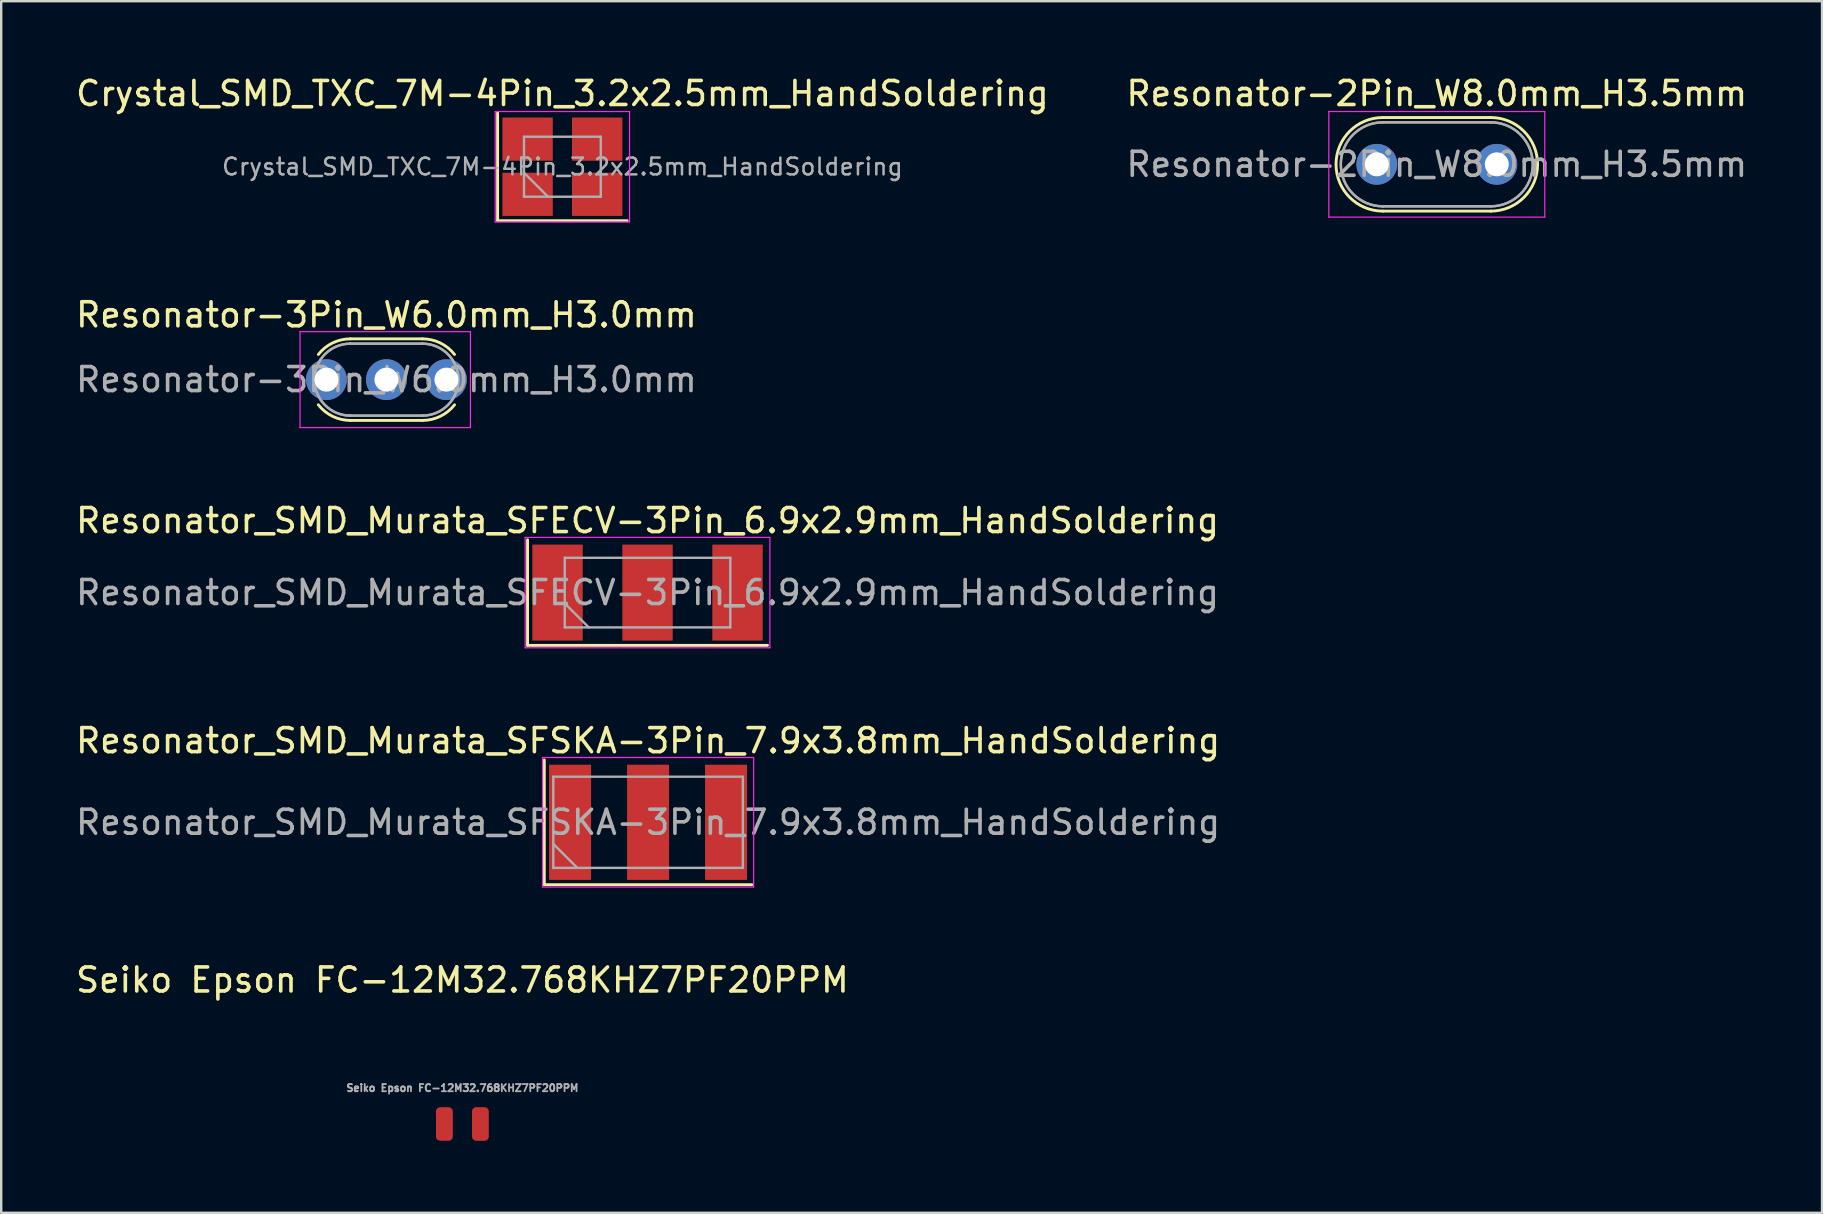
<source format=kicad_pcb>
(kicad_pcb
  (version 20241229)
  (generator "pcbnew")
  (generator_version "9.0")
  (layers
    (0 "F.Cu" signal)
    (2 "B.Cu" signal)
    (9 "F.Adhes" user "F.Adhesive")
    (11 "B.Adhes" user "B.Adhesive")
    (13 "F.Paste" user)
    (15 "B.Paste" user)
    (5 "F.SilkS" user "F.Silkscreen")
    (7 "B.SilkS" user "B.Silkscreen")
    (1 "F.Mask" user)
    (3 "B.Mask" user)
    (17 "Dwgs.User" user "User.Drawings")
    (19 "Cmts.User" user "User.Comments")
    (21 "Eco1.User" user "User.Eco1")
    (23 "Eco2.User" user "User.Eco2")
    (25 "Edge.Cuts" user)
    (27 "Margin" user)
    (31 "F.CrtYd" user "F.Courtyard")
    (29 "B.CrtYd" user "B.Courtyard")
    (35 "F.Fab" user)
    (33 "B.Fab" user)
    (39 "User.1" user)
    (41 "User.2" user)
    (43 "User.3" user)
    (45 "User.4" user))
  (footprint "Resonator_SMD_Murata_SFECV-3Pin_6.9x2.9mm_HandSoldering"
    (layer "F.Cu")
    (at 23.935 21.645)
    (property "Reference" "Resonator_SMD_Murata_SFECV-3Pin_6.9x2.9mm_HandSoldering" (at 0 -3 0) (layer "F.SilkS") (effects (font (size 1 1) (thickness 0.15))))
    (attr smd)
    (fp_line (start -5 -2.2) (end -5 2.2) (stroke (width 0.12) (type solid)) (layer "F.SilkS"))
    (fp_line (start -5 2.2) (end 5 2.2) (stroke (width 0.12) (type solid)) (layer "F.SilkS"))
    (fp_line (start -5.1 -2.3) (end -5.1 2.3) (stroke (width 0.05) (type solid)) (layer "F.CrtYd"))
    (fp_line (start -5.1 2.3) (end 5.1 2.3) (stroke (width 0.05) (type solid)) (layer "F.CrtYd"))
    (fp_line (start 5.1 -2.3) (end -5.1 -2.3) (stroke (width 0.05) (type solid)) (layer "F.CrtYd"))
    (fp_line (start 5.1 2.3) (end 5.1 -2.3) (stroke (width 0.05) (type solid)) (layer "F.CrtYd"))
    (fp_line (start -3.45 -1.45) (end -3.45 1.45) (stroke (width 0.1) (type solid)) (layer "F.Fab"))
    (fp_line (start -3.45 0.45) (end -2.45 1.45) (stroke (width 0.1) (type solid)) (layer "F.Fab"))
    (fp_line (start -3.45 1.45) (end 3.45 1.45) (stroke (width 0.1) (type solid)) (layer "F.Fab"))
    (fp_line (start 3.45 -1.45) (end -3.45 -1.45) (stroke (width 0.1) (type solid)) (layer "F.Fab"))
    (fp_line (start 3.45 1.45) (end 3.45 -1.45) (stroke (width 0.1) (type solid)) (layer "F.Fab"))
    (fp_text user "${REFERENCE}" (at 0 0 0) (layer "F.Fab") (effects (font (size 1 1) (thickness 0.15))))
    (pad "1" smd rect (at -3.75 0) (size 2.1 4) (layers "F.Cu" "F.Mask" "F.Paste"))
    (pad "2" smd rect (at 0 0) (size 2.1 4) (layers "F.Cu" "F.Mask" "F.Paste"))
    (pad "3" smd rect (at 3.75 0) (size 2.1 4) (layers "F.Cu" "F.Mask" "F.Paste")))
  (footprint "Seiko Epson FC-12M32.768KHZ7PF20PPM"
    (layer "F.Cu")
    (at 16.22 43.791)
    (property "Reference" "Seiko Epson FC-12M32.768KHZ7PF20PPM" (at 0 -6 0) (unlocked yes) (layer "F.SilkS") (effects (font (size 1 1) (thickness 0.15))))
    (attr smd)
    (fp_text user "${REFERENCE}" (at 0 -1.5 0) (unlocked yes) (layer "F.Fab") (effects (font (size 0.3 0.3) (thickness 0.075))))
    (pad "1" smd roundrect (at -0.75 0) (size 0.7 1.4) (layers "F.Cu" "F.Mask" "F.Paste") (roundrect_rratio 0.25))
    (pad "2" smd roundrect (at 0.75 0) (size 0.7 1.4) (layers "F.Cu" "F.Mask" "F.Paste") (roundrect_rratio 0.25)))
  (footprint "Resonator_SMD_Murata_SFSKA-3Pin_7.9x3.8mm_HandSoldering"
    (layer "F.Cu")
    (at 23.958 31.218)
    (property "Reference" "Resonator_SMD_Murata_SFSKA-3Pin_7.9x3.8mm_HandSoldering" (at 0 -3.4 0) (layer "F.SilkS") (effects (font (size 1 1) (thickness 0.15))))
    (attr smd)
    (fp_line (start -4.325 -2.6) (end -4.325 2.6) (stroke (width 0.12) (type solid)) (layer "F.SilkS"))
    (fp_line (start -4.325 2.6) (end 4.325 2.6) (stroke (width 0.12) (type solid)) (layer "F.SilkS"))
    (fp_line (start -4.4 -2.7) (end -4.4 2.7) (stroke (width 0.05) (type solid)) (layer "F.CrtYd"))
    (fp_line (start -4.4 2.7) (end 4.4 2.7) (stroke (width 0.05) (type solid)) (layer "F.CrtYd"))
    (fp_line (start 4.4 -2.7) (end -4.4 -2.7) (stroke (width 0.05) (type solid)) (layer "F.CrtYd"))
    (fp_line (start 4.4 2.7) (end 4.4 -2.7) (stroke (width 0.05) (type solid)) (layer "F.CrtYd"))
    (fp_line (start -3.95 -1.9) (end -3.95 1.9) (stroke (width 0.1) (type solid)) (layer "F.Fab"))
    (fp_line (start -3.95 0.9) (end -2.95 1.9) (stroke (width 0.1) (type solid)) (layer "F.Fab"))
    (fp_line (start -3.95 1.9) (end 3.95 1.9) (stroke (width 0.1) (type solid)) (layer "F.Fab"))
    (fp_line (start 3.95 -1.9) (end -3.95 -1.9) (stroke (width 0.1) (type solid)) (layer "F.Fab"))
    (fp_line (start 3.95 1.9) (end 3.95 -1.9) (stroke (width 0.1) (type solid)) (layer "F.Fab"))
    (fp_text user "${REFERENCE}" (at 0 0 0) (layer "F.Fab") (effects (font (size 1 1) (thickness 0.15))))
    (pad "1" smd rect (at -3.25 0) (size 1.75 4.8) (layers "F.Cu" "F.Mask" "F.Paste"))
    (pad "2" smd rect (at 0 0) (size 1.75 4.8) (layers "F.Cu" "F.Mask" "F.Paste"))
    (pad "3" smd rect (at 3.25 0) (size 1.75 4.8) (layers "F.Cu" "F.Mask" "F.Paste")))
  (footprint "Crystal_SMD_TXC_7M-4Pin_3.2x2.5mm_HandSoldering"
    (layer "F.Cu")
    (at 20.387 3.898)
    (property "Reference" "Crystal_SMD_TXC_7M-4Pin_3.2x2.5mm_HandSoldering" (at 0 -3.05 0) (layer "F.SilkS") (effects (font (size 1 1) (thickness 0.15))))
    (attr smd)
    (fp_line (start -2.7 -2.25) (end -2.7 2.25) (stroke (width 0.12) (type solid)) (layer "F.SilkS"))
    (fp_line (start -2.7 2.25) (end 2.7 2.25) (stroke (width 0.12) (type solid)) (layer "F.SilkS"))
    (fp_line (start -2.8 -2.3) (end -2.8 2.3) (stroke (width 0.05) (type solid)) (layer "F.CrtYd"))
    (fp_line (start -2.8 2.3) (end 2.8 2.3) (stroke (width 0.05) (type solid)) (layer "F.CrtYd"))
    (fp_line (start 2.8 -2.3) (end -2.8 -2.3) (stroke (width 0.05) (type solid)) (layer "F.CrtYd"))
    (fp_line (start 2.8 2.3) (end 2.8 -2.3) (stroke (width 0.05) (type solid)) (layer "F.CrtYd"))
    (fp_line (start -1.6 -1.25) (end -1.6 1.25) (stroke (width 0.1) (type solid)) (layer "F.Fab"))
    (fp_line (start -1.6 0.25) (end -0.6 1.25) (stroke (width 0.1) (type solid)) (layer "F.Fab"))
    (fp_line (start -1.6 1.25) (end 1.6 1.25) (stroke (width 0.1) (type solid)) (layer "F.Fab"))
    (fp_line (start 1.6 -1.25) (end -1.6 -1.25) (stroke (width 0.1) (type solid)) (layer "F.Fab"))
    (fp_line (start 1.6 1.25) (end 1.6 -1.25) (stroke (width 0.1) (type solid)) (layer "F.Fab"))
    (fp_text user "${REFERENCE}" (at 0 0 0) (layer "F.Fab") (effects (font (size 0.7 0.7) (thickness 0.105))))
    (pad "1" smd rect (at -1.45 1.15) (size 2.1 1.8) (layers "F.Cu" "F.Mask" "F.Paste"))
    (pad "2" smd rect (at 1.45 1.15) (size 2.1 1.8) (layers "F.Cu" "F.Mask" "F.Paste"))
    (pad "3" smd rect (at 1.45 -1.15) (size 2.1 1.8) (layers "F.Cu" "F.Mask" "F.Paste"))
    (pad "4" smd rect (at -1.45 -1.15) (size 2.1 1.8) (layers "F.Cu" "F.Mask" "F.Paste")))
  (footprint "Resonator-3Pin_W6.0mm_H3.0mm"
    (layer "F.Cu")
    (at 10.554 12.771)
    (property "Reference" "Resonator-3Pin_W6.0mm_H3.0mm" (at 2.5 -2.7 0) (layer "F.SilkS") (effects (font (size 1 1) (thickness 0.15))))
    (attr through_hole)
    (fp_line (start 1 -1.7) (end 4 -1.7) (stroke (width 0.12) (type solid)) (layer "F.SilkS"))
    (fp_line (start 1 1.7) (end 4 1.7) (stroke (width 0.12) (type solid)) (layer "F.SilkS"))
    (fp_arc (start -0.33779 -1.048961) (mid 0.256102 -1.5286) (end 1 -1.7) (stroke (width 0.12) (type solid)) (layer "F.SilkS"))
    (fp_arc (start 1 1.7) (mid 0.256103 1.5286) (end -0.33779 1.048961) (stroke (width 0.12) (type solid)) (layer "F.SilkS"))
    (fp_arc (start 4 -1.7) (mid 4.743897 -1.5286) (end 5.33779 -1.048961) (stroke (width 0.12) (type solid)) (layer "F.SilkS"))
    (fp_arc (start 5.33779 1.048961) (mid 4.743898 1.5286) (end 4 1.7) (stroke (width 0.12) (type solid)) (layer "F.SilkS"))
    (fp_line (start -1.1 -2) (end -1.1 2) (stroke (width 0.05) (type solid)) (layer "F.CrtYd"))
    (fp_line (start -1.1 2) (end 6 2) (stroke (width 0.05) (type solid)) (layer "F.CrtYd"))
    (fp_line (start 6 -2) (end -1.1 -2) (stroke (width 0.05) (type solid)) (layer "F.CrtYd"))
    (fp_line (start 6 2) (end 6 -2) (stroke (width 0.05) (type solid)) (layer "F.CrtYd"))
    (fp_line (start 1 -1.5) (end 4 -1.5) (stroke (width 0.1) (type solid)) (layer "F.Fab"))
    (fp_line (start 1 -1.5) (end 4 -1.5) (stroke (width 0.1) (type solid)) (layer "F.Fab"))
    (fp_line (start 1 1.5) (end 4 1.5) (stroke (width 0.1) (type solid)) (layer "F.Fab"))
    (fp_line (start 1 1.5) (end 4 1.5) (stroke (width 0.1) (type solid)) (layer "F.Fab"))
    (fp_arc (start 1 1.5) (mid -0.5 0) (end 1 -1.5) (stroke (width 0.1) (type solid)) (layer "F.Fab"))
    (fp_arc (start 1 1.5) (mid -0.5 0) (end 1 -1.5) (stroke (width 0.1) (type solid)) (layer "F.Fab"))
    (fp_arc (start 4 -1.5) (mid 5.5 0) (end 4 1.5) (stroke (width 0.1) (type solid)) (layer "F.Fab"))
    (fp_arc (start 4 -1.5) (mid 5.5 0) (end 4 1.5) (stroke (width 0.1) (type solid)) (layer "F.Fab"))
    (fp_text user "${REFERENCE}" (at 2.5 0 0) (layer "F.Fab") (effects (font (size 1 1) (thickness 0.15))))
    (pad "1" thru_hole circle (at 0 0) (size 1.7 1.7) (drill 1) (layers "*.Cu" "*.Mask"))
    (pad "2" thru_hole circle (at 2.5 0) (size 1.7 1.7) (drill 1) (layers "*.Cu" "*.Mask"))
    (pad "3" thru_hole circle (at 5 0) (size 1.7 1.7) (drill 1) (layers "*.Cu" "*.Mask")))
  (footprint "Resonator-2Pin_W8.0mm_H3.5mm"
    (layer "F.Cu")
    (at 54.327 3.798)
    (property "Reference" "Resonator-2Pin_W8.0mm_H3.5mm" (at 2.5 -2.95 0) (layer "F.SilkS") (effects (font (size 1 1) (thickness 0.15))))
    (attr through_hole)
    (fp_line (start 0.25 -1.95) (end 4.75 -1.95) (stroke (width 0.12) (type solid)) (layer "F.SilkS"))
    (fp_line (start 0.25 1.95) (end 4.75 1.95) (stroke (width 0.12) (type solid)) (layer "F.SilkS"))
    (fp_arc (start 0.25 1.95) (mid -1.7 0) (end 0.25 -1.95) (stroke (width 0.12) (type solid)) (layer "F.SilkS"))
    (fp_arc (start 4.75 -1.95) (mid 6.7 0) (end 4.75 1.95) (stroke (width 0.12) (type solid)) (layer "F.SilkS"))
    (fp_line (start -2 -2.2) (end -2 2.2) (stroke (width 0.05) (type solid)) (layer "F.CrtYd"))
    (fp_line (start -2 2.2) (end 7 2.2) (stroke (width 0.05) (type solid)) (layer "F.CrtYd"))
    (fp_line (start 7 -2.2) (end -2 -2.2) (stroke (width 0.05) (type solid)) (layer "F.CrtYd"))
    (fp_line (start 7 2.2) (end 7 -2.2) (stroke (width 0.05) (type solid)) (layer "F.CrtYd"))
    (fp_line (start 0.25 -1.75) (end 4.75 -1.75) (stroke (width 0.1) (type solid)) (layer "F.Fab"))
    (fp_line (start 0.25 -1.75) (end 4.75 -1.75) (stroke (width 0.1) (type solid)) (layer "F.Fab"))
    (fp_line (start 0.25 1.75) (end 4.75 1.75) (stroke (width 0.1) (type solid)) (layer "F.Fab"))
    (fp_line (start 0.25 1.75) (end 4.75 1.75) (stroke (width 0.1) (type solid)) (layer "F.Fab"))
    (fp_arc (start 0.25 1.75) (mid -1.5 0) (end 0.25 -1.75) (stroke (width 0.1) (type solid)) (layer "F.Fab"))
    (fp_arc (start 0.25 1.75) (mid -1.5 0) (end 0.25 -1.75) (stroke (width 0.1) (type solid)) (layer "F.Fab"))
    (fp_arc (start 4.75 -1.75) (mid 6.5 0) (end 4.75 1.75) (stroke (width 0.1) (type solid)) (layer "F.Fab"))
    (fp_arc (start 4.75 -1.75) (mid 6.5 0) (end 4.75 1.75) (stroke (width 0.1) (type solid)) (layer "F.Fab"))
    (fp_text user "${REFERENCE}" (at 2.5 0 0) (layer "F.Fab") (effects (font (size 1 1) (thickness 0.15))))
    (pad "1" thru_hole circle (at 0 0) (size 1.7 1.7) (drill 1) (layers "*.Cu" "*.Mask"))
    (pad "2" thru_hole circle (at 5 0) (size 1.7 1.7) (drill 1) (layers "*.Cu" "*.Mask")))
  (gr_rect
    (start -3 -3)
    (end 72.881 47.491)
    (stroke (width 0.1) (type default))
    (fill no)
    (layer "Edge.Cuts")))
</source>
